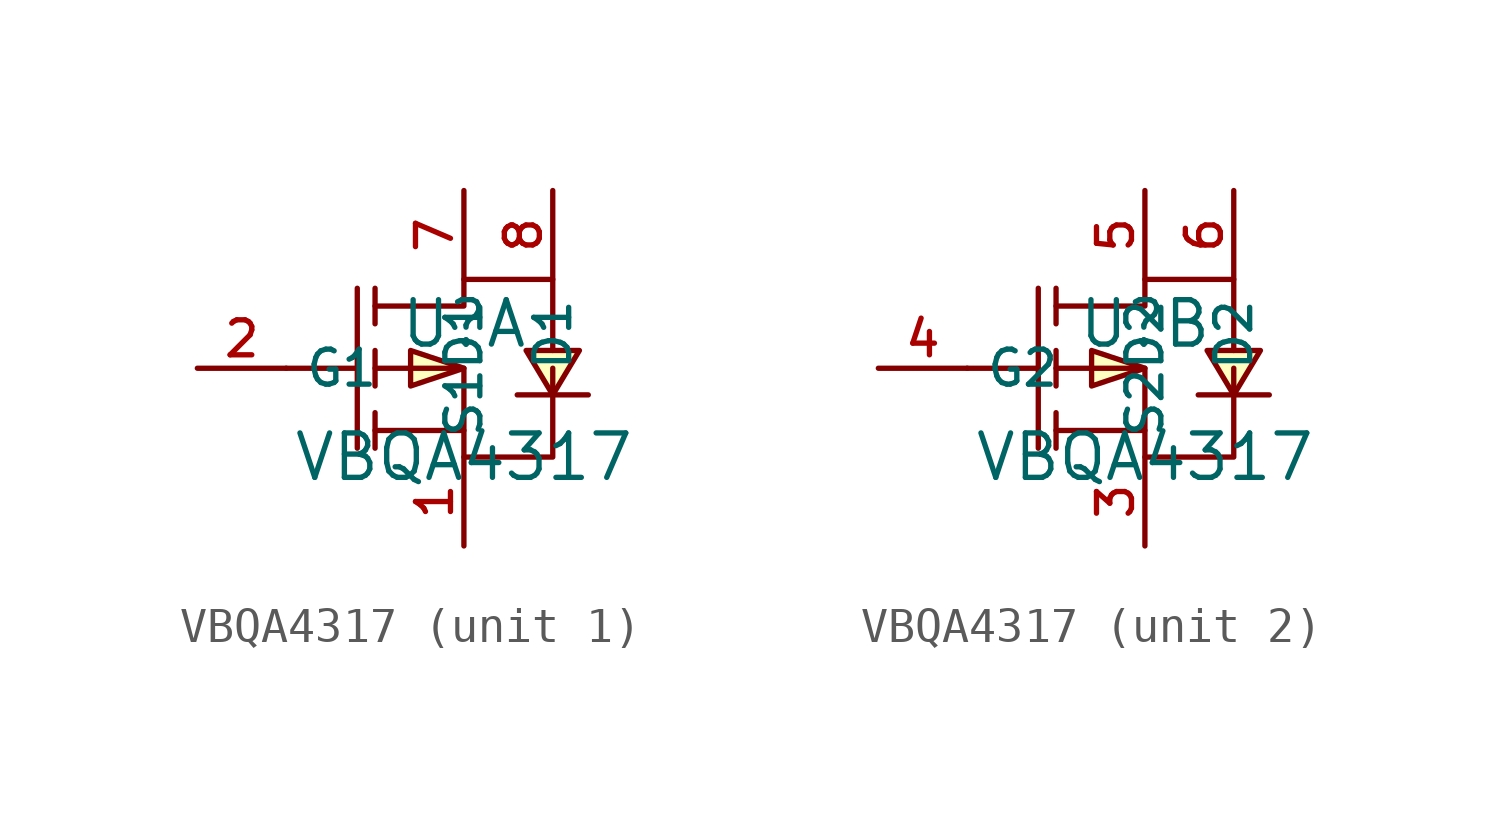
<source format=kicad_sym>
(kicad_symbol_lib
  (version 20210201)
  (generator TousstNicolas/JLC2KiCad_lib)
  (symbol "VBQA4317"
    (property "Reference" "U"
      (at 0 1.27 0)
      (effects (font (size 1.27 1.27))))
    (property "Value" "VBQA4317"
      (at 0 -2.54 0)
      (effects (font (size 1.27 1.27))))
    (symbol "VBQA4317_1_1"
      (pin unspecified line (at 2.54 5.08 270) (length 2.54) (name "D1" (effects (font (size 1 1)))) (number "8" (effects (font (size 1 1)))))
      (pin unspecified line (at 0.0 5.08 270) (length 2.54) (name "D1" (effects (font (size 1 1)))) (number "7" (effects (font (size 1 1)))))
      (pin unspecified line (at 0.0 -5.08 90) (length 2.54) (name "S1" (effects (font (size 1 1)))) (number "1" (effects (font (size 1 1)))))
      (pin unspecified line (at -7.62 -0.0 0) (length 2.54) (name "G1" (effects (font (size 1 1)))) (number "2" (effects (font (size 1 1)))))
      (polyline (pts (xy 3.556 -0.762) (xy 3.048 -0.762) (xy 2.032 -0.762) (xy 1.524 -0.762)) (stroke (width 0) (type default) (color 0 0 0 0)) (fill (type none)))
      (polyline (pts (xy -5.08 -0.0) (xy -3.048 -0.0)) (stroke (width 0) (type default) (color 0 0 0 0)) (fill (type none)))
      (polyline (pts (xy -2.54 -2.286) (xy -2.54 -1.27)) (stroke (width 0) (type default) (color 0 0 0 0)) (fill (type none)))
      (polyline (pts (xy -2.54 -0.508) (xy -2.54 0.508)) (stroke (width 0) (type default) (color 0 0 0 0)) (fill (type none)))
      (polyline (pts (xy -2.54 2.286) (xy -2.54 1.27)) (stroke (width 0) (type default) (color 0 0 0 0)) (fill (type none)))
      (polyline (pts (xy -3.048 2.286) (xy -3.048 -2.286)) (stroke (width 0) (type default) (color 0 0 0 0)) (fill (type none)))
      (polyline (pts (xy 0.0 -1.778) (xy -2.54 -1.778)) (stroke (width 0) (type default) (color 0 0 0 0)) (fill (type none)))
      (polyline (pts (xy -2.54 -0.0) (xy 0.0 -0.0) (xy 0.0 -2.54) (xy 2.54 -2.54) (xy 2.54 -0.0)) (stroke (width 0) (type default) (color 0 0 0 0)) (fill (type none)))
      (polyline (pts (xy -2.54 1.778) (xy 0.0 1.778) (xy 0.0 2.54) (xy 2.54 2.54) (xy 2.54 2.54) (xy 2.54 2.54) (xy 2.54 0.508)) (stroke (width 0) (type default) (color 0 0 0 0)) (fill (type none)))
      (polyline (pts (xy 2.54 -0.762) (xy 1.778 0.508) (xy 3.302 0.508) (xy 2.54 -0.762)) (stroke (width 0) (type default) (color 0 0 0 0)) (fill (type background)))
      (polyline (pts (xy 0.0 -0.0) (xy -1.524 0.508) (xy -1.524 -0.508) (xy 0.0 -0.0)) (stroke (width 0) (type default) (color 0 0 0 0)) (fill (type background))))
    (symbol "VBQA4317_2_1"
      (pin unspecified line (at 0.0 5.08 270) (length 2.54) (name "D2" (effects (font (size 1 1)))) (number "5" (effects (font (size 1 1)))))
      (pin unspecified line (at 0.0 -5.08 90) (length 2.54) (name "S2" (effects (font (size 1 1)))) (number "3" (effects (font (size 1 1)))))
      (pin unspecified line (at -7.62 -0.0 0) (length 2.54) (name "G2" (effects (font (size 1 1)))) (number "4" (effects (font (size 1 1)))))
      (polyline (pts (xy 3.556 -0.762) (xy 3.048 -0.762) (xy 2.032 -0.762) (xy 1.524 -0.762)) (stroke (width 0) (type default) (color 0 0 0 0)) (fill (type none)))
      (polyline (pts (xy -5.08 -0.0) (xy -3.048 -0.0)) (stroke (width 0) (type default) (color 0 0 0 0)) (fill (type none)))
      (polyline (pts (xy -2.54 -2.286) (xy -2.54 -1.27)) (stroke (width 0) (type default) (color 0 0 0 0)) (fill (type none)))
      (polyline (pts (xy -2.54 -0.508) (xy -2.54 0.508)) (stroke (width 0) (type default) (color 0 0 0 0)) (fill (type none)))
      (polyline (pts (xy -2.54 2.286) (xy -2.54 1.27)) (stroke (width 0) (type default) (color 0 0 0 0)) (fill (type none)))
      (polyline (pts (xy -3.048 2.286) (xy -3.048 -2.286)) (stroke (width 0) (type default) (color 0 0 0 0)) (fill (type none)))
      (polyline (pts (xy 0.0 -1.778) (xy -2.54 -1.778)) (stroke (width 0) (type default) (color 0 0 0 0)) (fill (type none)))
      (polyline (pts (xy -2.54 -0.0) (xy 0.0 -0.0) (xy 0.0 -2.54) (xy 2.54 -2.54) (xy 2.54 -0.0)) (stroke (width 0) (type default) (color 0 0 0 0)) (fill (type none)))
      (polyline (pts (xy -2.54 1.778) (xy 0.0 1.778) (xy 0.0 2.54) (xy 2.54 2.54) (xy 2.54 2.54) (xy 2.54 0.508)) (stroke (width 0) (type default) (color 0 0 0 0)) (fill (type none)))
      (polyline (pts (xy 2.54 -0.762) (xy 1.778 0.508) (xy 3.302 0.508) (xy 2.54 -0.762)) (stroke (width 0) (type default) (color 0 0 0 0)) (fill (type background)))
      (polyline (pts (xy 0.0 -0.0) (xy -1.524 0.508) (xy -1.524 -0.508) (xy 0.0 -0.0)) (stroke (width 0) (type default) (color 0 0 0 0)) (fill (type background)))
      (pin unspecified line (at 2.54 5.08 270) (length 2.54) (name "D2" (effects (font (size 1 1)))) (number "6" (effects (font (size 1 1))))))))
</source>
